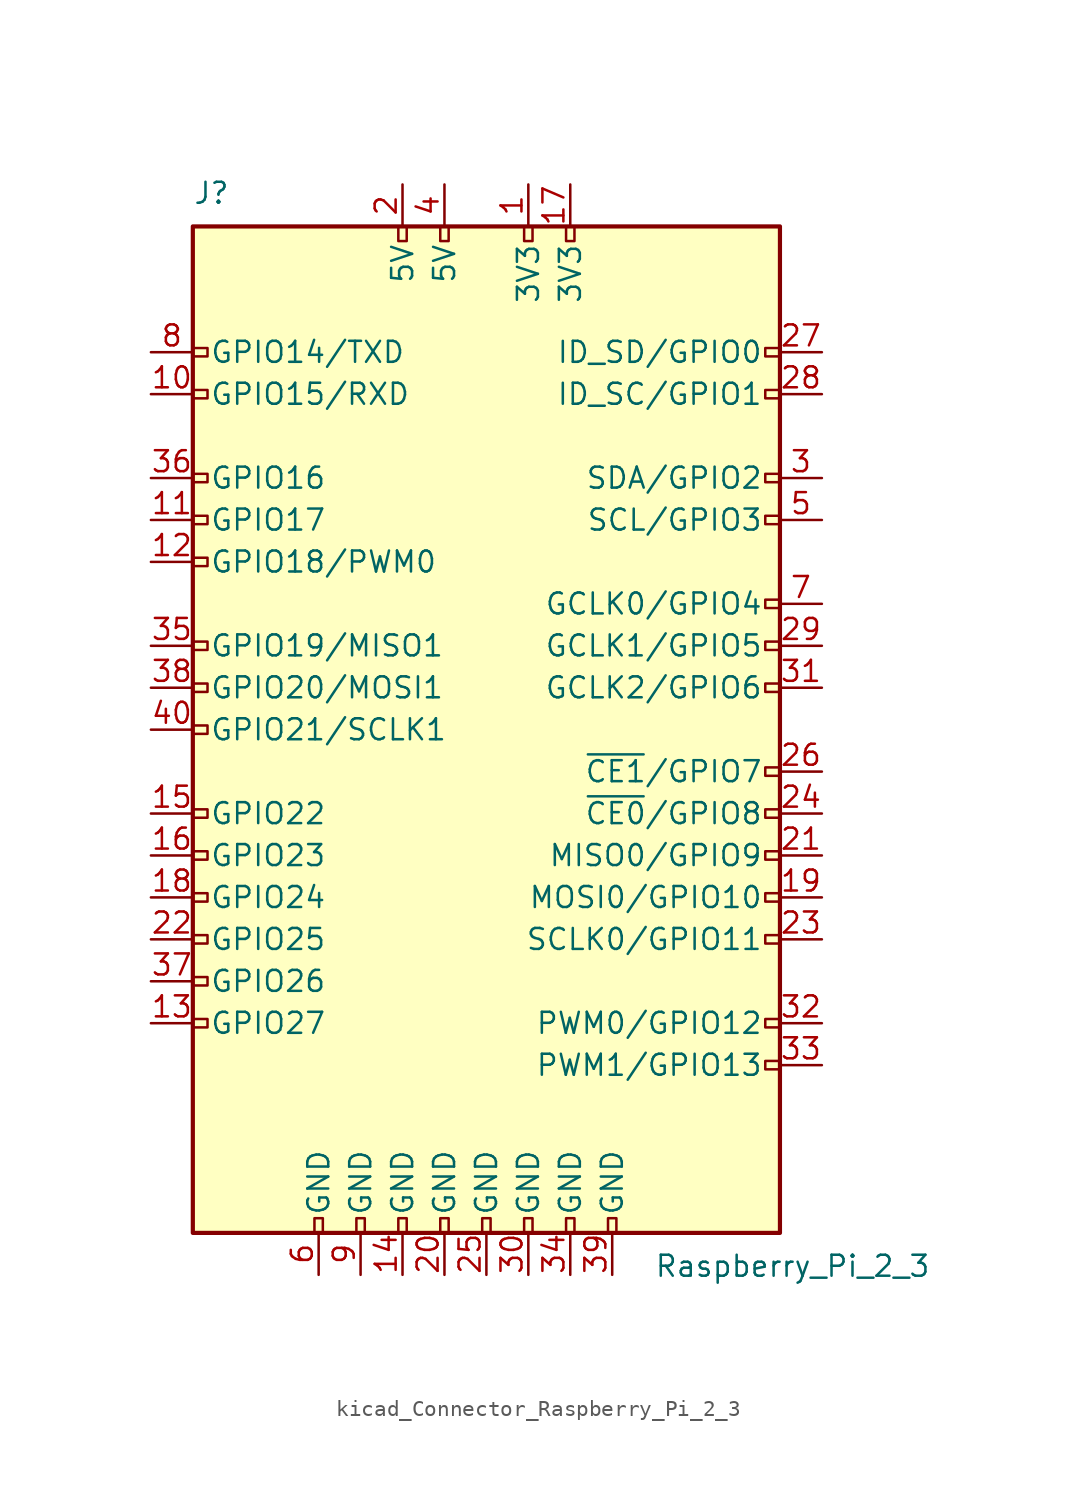
<source format=kicad_sym>
(kicad_symbol_lib
  (version 20220914)
  (generator kicad_symbol_editor)
  (symbol "kicad_Connector_Raspberry_Pi_2_3"
    (pin_names
      (offset 1.016))
    (property "Reference" "J"
      (at -17.78 31.75 0)
      (effects (font (size 1.27 1.27)) (justify left bottom)))
    (property "Value" "Raspberry_Pi_2_3"
      (at 10.16 -31.75 0)
      (effects (font (size 1.27 1.27)) (justify left top)))
    (symbol "kicad_Connector_Raspberry_Pi_2_3_0_1"
      (rectangle (start -17.78 30.48) (end 17.78 -30.48) (stroke (width 0.254) (type default)) (fill (type background))))
    (symbol "kicad_Connector_Raspberry_Pi_2_3_1_1"
      (rectangle (start -16.891 -17.526) (end -17.78 -18.034) (stroke (width 0) (type default)) (fill (type none)))
      (rectangle (start -16.891 -14.986) (end -17.78 -15.494) (stroke (width 0) (type default)) (fill (type none)))
      (rectangle (start -16.891 -12.446) (end -17.78 -12.954) (stroke (width 0) (type default)) (fill (type none)))
      (rectangle (start -16.891 -9.906) (end -17.78 -10.414) (stroke (width 0) (type default)) (fill (type none)))
      (rectangle (start -16.891 -7.366) (end -17.78 -7.874) (stroke (width 0) (type default)) (fill (type none)))
      (rectangle (start -16.891 -4.826) (end -17.78 -5.334) (stroke (width 0) (type default)) (fill (type none)))
      (rectangle (start -16.891 0.254) (end -17.78 -0.254) (stroke (width 0) (type default)) (fill (type none)))
      (rectangle (start -16.891 2.794) (end -17.78 2.286) (stroke (width 0) (type default)) (fill (type none)))
      (rectangle (start -16.891 5.334) (end -17.78 4.826) (stroke (width 0) (type default)) (fill (type none)))
      (rectangle (start -16.891 10.414) (end -17.78 9.906) (stroke (width 0) (type default)) (fill (type none)))
      (rectangle (start -16.891 12.954) (end -17.78 12.446) (stroke (width 0) (type default)) (fill (type none)))
      (rectangle (start -16.891 15.494) (end -17.78 14.986) (stroke (width 0) (type default)) (fill (type none)))
      (rectangle (start -16.891 20.574) (end -17.78 20.066) (stroke (width 0) (type default)) (fill (type none)))
      (rectangle (start -16.891 23.114) (end -17.78 22.606) (stroke (width 0) (type default)) (fill (type none)))
      (rectangle (start -10.414 -29.591) (end -9.906 -30.48) (stroke (width 0) (type default)) (fill (type none)))
      (rectangle (start -7.874 -29.591) (end -7.366 -30.48) (stroke (width 0) (type default)) (fill (type none)))
      (rectangle (start -5.334 -29.591) (end -4.826 -30.48) (stroke (width 0) (type default)) (fill (type none)))
      (rectangle (start -5.334 30.48) (end -4.826 29.591) (stroke (width 0) (type default)) (fill (type none)))
      (rectangle (start -2.794 -29.591) (end -2.286 -30.48) (stroke (width 0) (type default)) (fill (type none)))
      (rectangle (start -2.794 30.48) (end -2.286 29.591) (stroke (width 0) (type default)) (fill (type none)))
      (rectangle (start -0.254 -29.591) (end 0.254 -30.48) (stroke (width 0) (type default)) (fill (type none)))
      (rectangle (start 2.286 -29.591) (end 2.794 -30.48) (stroke (width 0) (type default)) (fill (type none)))
      (rectangle (start 2.286 30.48) (end 2.794 29.591) (stroke (width 0) (type default)) (fill (type none)))
      (rectangle (start 4.826 -29.591) (end 5.334 -30.48) (stroke (width 0) (type default)) (fill (type none)))
      (rectangle (start 4.826 30.48) (end 5.334 29.591) (stroke (width 0) (type default)) (fill (type none)))
      (rectangle (start 7.366 -29.591) (end 7.874 -30.48) (stroke (width 0) (type default)) (fill (type none)))
      (rectangle (start 17.78 -20.066) (end 16.891 -20.574) (stroke (width 0) (type default)) (fill (type none)))
      (rectangle (start 17.78 -17.526) (end 16.891 -18.034) (stroke (width 0) (type default)) (fill (type none)))
      (rectangle (start 17.78 -12.446) (end 16.891 -12.954) (stroke (width 0) (type default)) (fill (type none)))
      (rectangle (start 17.78 -9.906) (end 16.891 -10.414) (stroke (width 0) (type default)) (fill (type none)))
      (rectangle (start 17.78 -7.366) (end 16.891 -7.874) (stroke (width 0) (type default)) (fill (type none)))
      (rectangle (start 17.78 -4.826) (end 16.891 -5.334) (stroke (width 0) (type default)) (fill (type none)))
      (rectangle (start 17.78 -2.286) (end 16.891 -2.794) (stroke (width 0) (type default)) (fill (type none)))
      (rectangle (start 17.78 2.794) (end 16.891 2.286) (stroke (width 0) (type default)) (fill (type none)))
      (rectangle (start 17.78 5.334) (end 16.891 4.826) (stroke (width 0) (type default)) (fill (type none)))
      (rectangle (start 17.78 7.874) (end 16.891 7.366) (stroke (width 0) (type default)) (fill (type none)))
      (rectangle (start 17.78 12.954) (end 16.891 12.446) (stroke (width 0) (type default)) (fill (type none)))
      (rectangle (start 17.78 15.494) (end 16.891 14.986) (stroke (width 0) (type default)) (fill (type none)))
      (rectangle (start 17.78 20.574) (end 16.891 20.066) (stroke (width 0) (type default)) (fill (type none)))
      (rectangle (start 17.78 23.114) (end 16.891 22.606) (stroke (width 0) (type default)) (fill (type none)))
      (pin power_in line (at 2.54 33.02 270) (length 2.54) (name "3V3" (effects (font (size 1.27 1.27)))) (number "1" (effects (font (size 1.27 1.27)))))
      (pin bidirectional line (at -20.32 20.32 0) (length 2.54) (name "GPIO15/RXD" (effects (font (size 1.27 1.27)))) (number "10" (effects (font (size 1.27 1.27)))))
      (pin bidirectional line (at -20.32 12.7 0) (length 2.54) (name "GPIO17" (effects (font (size 1.27 1.27)))) (number "11" (effects (font (size 1.27 1.27)))))
      (pin bidirectional line (at -20.32 10.16 0) (length 2.54) (name "GPIO18/PWM0" (effects (font (size 1.27 1.27)))) (number "12" (effects (font (size 1.27 1.27)))))
      (pin bidirectional line (at -20.32 -17.78 0) (length 2.54) (name "GPIO27" (effects (font (size 1.27 1.27)))) (number "13" (effects (font (size 1.27 1.27)))))
      (pin power_in line (at -5.08 -33.02 90) (length 2.54) (name "GND" (effects (font (size 1.27 1.27)))) (number "14" (effects (font (size 1.27 1.27)))))
      (pin bidirectional line (at -20.32 -5.08 0) (length 2.54) (name "GPIO22" (effects (font (size 1.27 1.27)))) (number "15" (effects (font (size 1.27 1.27)))))
      (pin bidirectional line (at -20.32 -7.62 0) (length 2.54) (name "GPIO23" (effects (font (size 1.27 1.27)))) (number "16" (effects (font (size 1.27 1.27)))))
      (pin power_in line (at 5.08 33.02 270) (length 2.54) (name "3V3" (effects (font (size 1.27 1.27)))) (number "17" (effects (font (size 1.27 1.27)))))
      (pin bidirectional line (at -20.32 -10.16 0) (length 2.54) (name "GPIO24" (effects (font (size 1.27 1.27)))) (number "18" (effects (font (size 1.27 1.27)))))
      (pin bidirectional line (at 20.32 -10.16 180) (length 2.54) (name "MOSI0/GPIO10" (effects (font (size 1.27 1.27)))) (number "19" (effects (font (size 1.27 1.27)))))
      (pin power_in line (at -5.08 33.02 270) (length 2.54) (name "5V" (effects (font (size 1.27 1.27)))) (number "2" (effects (font (size 1.27 1.27)))))
      (pin power_in line (at -2.54 -33.02 90) (length 2.54) (name "GND" (effects (font (size 1.27 1.27)))) (number "20" (effects (font (size 1.27 1.27)))))
      (pin bidirectional line (at 20.32 -7.62 180) (length 2.54) (name "MISO0/GPIO9" (effects (font (size 1.27 1.27)))) (number "21" (effects (font (size 1.27 1.27)))))
      (pin bidirectional line (at -20.32 -12.7 0) (length 2.54) (name "GPIO25" (effects (font (size 1.27 1.27)))) (number "22" (effects (font (size 1.27 1.27)))))
      (pin bidirectional line (at 20.32 -12.7 180) (length 2.54) (name "SCLK0/GPIO11" (effects (font (size 1.27 1.27)))) (number "23" (effects (font (size 1.27 1.27)))))
      (pin bidirectional line (at 20.32 -5.08 180) (length 2.54) (name "~{CE0}/GPIO8" (effects (font (size 1.27 1.27)))) (number "24" (effects (font (size 1.27 1.27)))))
      (pin power_in line (at 0 -33.02 90) (length 2.54) (name "GND" (effects (font (size 1.27 1.27)))) (number "25" (effects (font (size 1.27 1.27)))))
      (pin bidirectional line (at 20.32 -2.54 180) (length 2.54) (name "~{CE1}/GPIO7" (effects (font (size 1.27 1.27)))) (number "26" (effects (font (size 1.27 1.27)))))
      (pin bidirectional line (at 20.32 22.86 180) (length 2.54) (name "ID_SD/GPIO0" (effects (font (size 1.27 1.27)))) (number "27" (effects (font (size 1.27 1.27)))))
      (pin bidirectional line (at 20.32 20.32 180) (length 2.54) (name "ID_SC/GPIO1" (effects (font (size 1.27 1.27)))) (number "28" (effects (font (size 1.27 1.27)))))
      (pin bidirectional line (at 20.32 5.08 180) (length 2.54) (name "GCLK1/GPIO5" (effects (font (size 1.27 1.27)))) (number "29" (effects (font (size 1.27 1.27)))))
      (pin bidirectional line (at 20.32 15.24 180) (length 2.54) (name "SDA/GPIO2" (effects (font (size 1.27 1.27)))) (number "3" (effects (font (size 1.27 1.27)))))
      (pin power_in line (at 2.54 -33.02 90) (length 2.54) (name "GND" (effects (font (size 1.27 1.27)))) (number "30" (effects (font (size 1.27 1.27)))))
      (pin bidirectional line (at 20.32 2.54 180) (length 2.54) (name "GCLK2/GPIO6" (effects (font (size 1.27 1.27)))) (number "31" (effects (font (size 1.27 1.27)))))
      (pin bidirectional line (at 20.32 -17.78 180) (length 2.54) (name "PWM0/GPIO12" (effects (font (size 1.27 1.27)))) (number "32" (effects (font (size 1.27 1.27)))))
      (pin bidirectional line (at 20.32 -20.32 180) (length 2.54) (name "PWM1/GPIO13" (effects (font (size 1.27 1.27)))) (number "33" (effects (font (size 1.27 1.27)))))
      (pin power_in line (at 5.08 -33.02 90) (length 2.54) (name "GND" (effects (font (size 1.27 1.27)))) (number "34" (effects (font (size 1.27 1.27)))))
      (pin bidirectional line (at -20.32 5.08 0) (length 2.54) (name "GPIO19/MISO1" (effects (font (size 1.27 1.27)))) (number "35" (effects (font (size 1.27 1.27)))))
      (pin bidirectional line (at -20.32 15.24 0) (length 2.54) (name "GPIO16" (effects (font (size 1.27 1.27)))) (number "36" (effects (font (size 1.27 1.27)))))
      (pin bidirectional line (at -20.32 -15.24 0) (length 2.54) (name "GPIO26" (effects (font (size 1.27 1.27)))) (number "37" (effects (font (size 1.27 1.27)))))
      (pin bidirectional line (at -20.32 2.54 0) (length 2.54) (name "GPIO20/MOSI1" (effects (font (size 1.27 1.27)))) (number "38" (effects (font (size 1.27 1.27)))))
      (pin power_in line (at 7.62 -33.02 90) (length 2.54) (name "GND" (effects (font (size 1.27 1.27)))) (number "39" (effects (font (size 1.27 1.27)))))
      (pin power_in line (at -2.54 33.02 270) (length 2.54) (name "5V" (effects (font (size 1.27 1.27)))) (number "4" (effects (font (size 1.27 1.27)))))
      (pin bidirectional line (at -20.32 0 0) (length 2.54) (name "GPIO21/SCLK1" (effects (font (size 1.27 1.27)))) (number "40" (effects (font (size 1.27 1.27)))))
      (pin bidirectional line (at 20.32 12.7 180) (length 2.54) (name "SCL/GPIO3" (effects (font (size 1.27 1.27)))) (number "5" (effects (font (size 1.27 1.27)))))
      (pin power_in line (at -10.16 -33.02 90) (length 2.54) (name "GND" (effects (font (size 1.27 1.27)))) (number "6" (effects (font (size 1.27 1.27)))))
      (pin bidirectional line (at 20.32 7.62 180) (length 2.54) (name "GCLK0/GPIO4" (effects (font (size 1.27 1.27)))) (number "7" (effects (font (size 1.27 1.27)))))
      (pin bidirectional line (at -20.32 22.86 0) (length 2.54) (name "GPIO14/TXD" (effects (font (size 1.27 1.27)))) (number "8" (effects (font (size 1.27 1.27)))))
      (pin power_in line (at -7.62 -33.02 90) (length 2.54) (name "GND" (effects (font (size 1.27 1.27)))) (number "9" (effects (font (size 1.27 1.27))))))))
</source>
